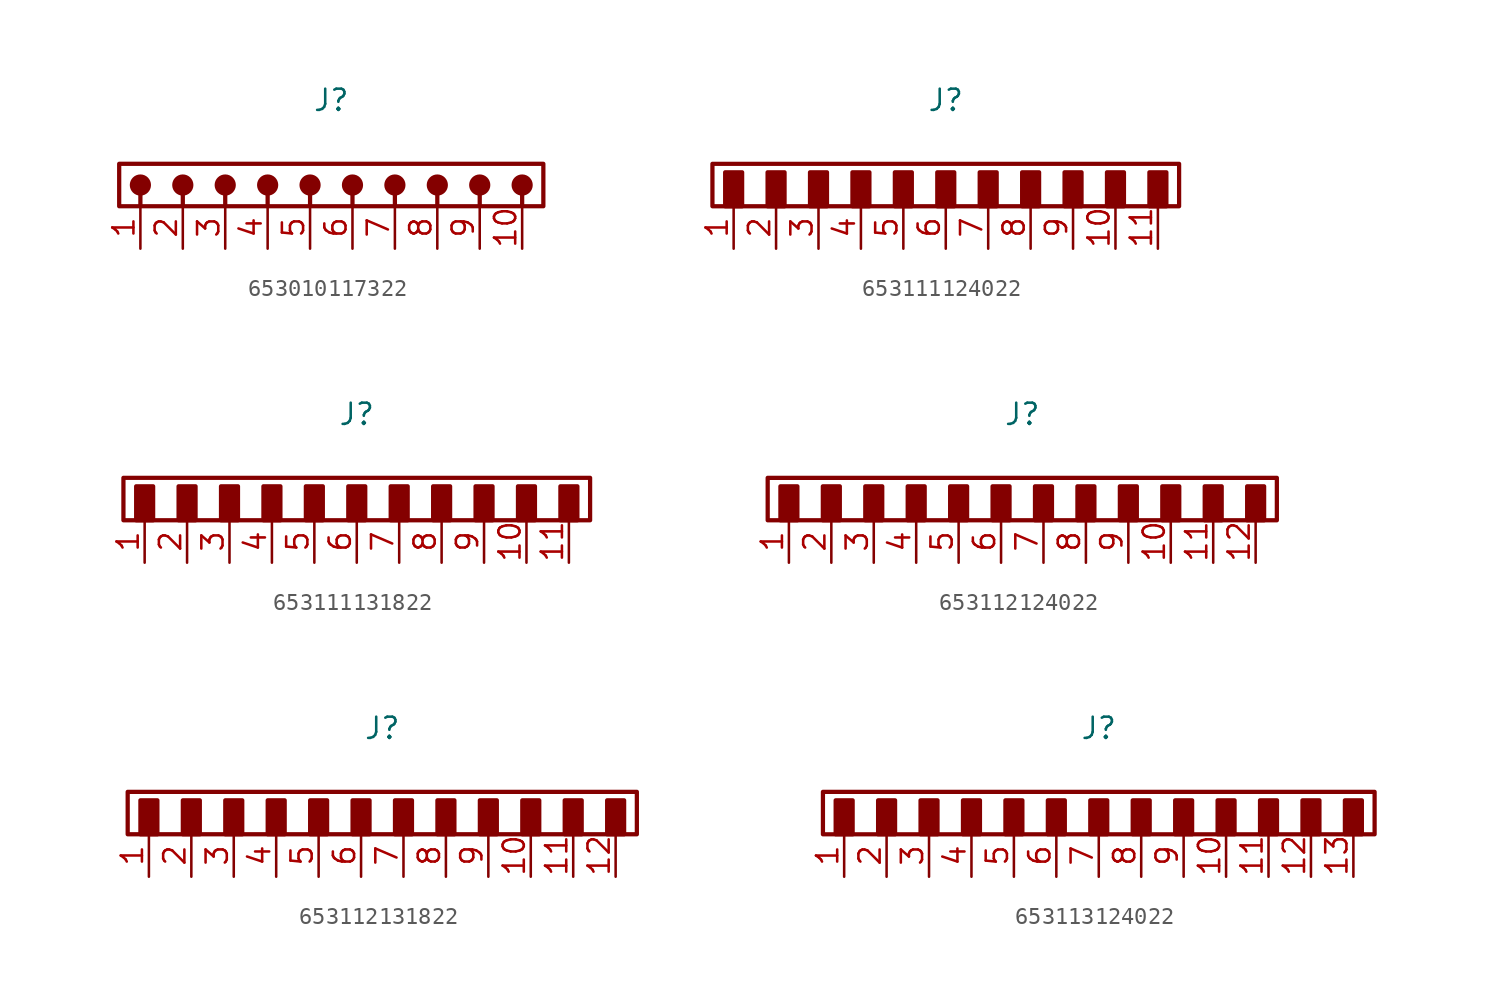
<source format=kicad_sym>
(kicad_symbol_lib
  (version 20241209)
  (generator "kicad_symbol_editor")
  (generator_version "9.0")
  (symbol "653010117322"
    (pin_names
      (hide yes))
    (property "Reference" "J"
      (at 0 5.08 0)
      (effects (font (size 1.27 1.27))))
    (symbol "653010117322_1_1"
      (rectangle (start -12.7 1.27) (end 12.7 -1.27) (stroke (width 0.254) (type solid)) (fill (type none)))
      (circle (center -11.43 0) (radius 0.508) (stroke (width 0.254) (type solid)) (fill (type outline)))
      (polyline (pts (xy -11.43 -0.508) (xy -11.43 -1.27)) (stroke (width 0.254) (type solid)) (fill (type none)))
      (circle (center -8.89 0) (radius 0.508) (stroke (width 0.254) (type solid)) (fill (type outline)))
      (polyline (pts (xy -8.89 -0.508) (xy -8.89 -1.27)) (stroke (width 0.254) (type solid)) (fill (type none)))
      (circle (center -6.35 0) (radius 0.508) (stroke (width 0.254) (type solid)) (fill (type outline)))
      (polyline (pts (xy -6.35 -0.508) (xy -6.35 -1.27)) (stroke (width 0.254) (type solid)) (fill (type none)))
      (circle (center -3.81 0) (radius 0.508) (stroke (width 0.254) (type solid)) (fill (type outline)))
      (polyline (pts (xy -3.81 -0.508) (xy -3.81 -1.27)) (stroke (width 0.254) (type solid)) (fill (type none)))
      (circle (center -1.27 0) (radius 0.508) (stroke (width 0.254) (type solid)) (fill (type outline)))
      (polyline (pts (xy -1.27 -0.508) (xy -1.27 -1.27)) (stroke (width 0.254) (type solid)) (fill (type none)))
      (circle (center 1.27 0) (radius 0.508) (stroke (width 0.254) (type solid)) (fill (type outline)))
      (polyline (pts (xy 1.27 -0.508) (xy 1.27 -1.27)) (stroke (width 0.254) (type solid)) (fill (type none)))
      (circle (center 3.81 0) (radius 0.508) (stroke (width 0.254) (type solid)) (fill (type outline)))
      (polyline (pts (xy 3.81 -0.508) (xy 3.81 -1.27)) (stroke (width 0.254) (type solid)) (fill (type none)))
      (circle (center 6.35 0) (radius 0.508) (stroke (width 0.254) (type solid)) (fill (type outline)))
      (polyline (pts (xy 6.35 -0.508) (xy 6.35 -1.27)) (stroke (width 0.254) (type solid)) (fill (type none)))
      (circle (center 8.89 0) (radius 0.508) (stroke (width 0.254) (type solid)) (fill (type outline)))
      (polyline (pts (xy 8.89 -0.508) (xy 8.89 -1.27)) (stroke (width 0.254) (type solid)) (fill (type none)))
      (circle (center 11.43 0) (radius 0.508) (stroke (width 0.254) (type solid)) (fill (type outline)))
      (polyline (pts (xy 11.43 -0.508) (xy 11.43 -1.27)) (stroke (width 0.254) (type solid)) (fill (type none)))
      (pin passive line (at -11.43 -3.81 90) (length 2.54) (name "1" (effects (font (size 1.27 1.27)))) (number "1" (effects (font (size 1.27 1.27)))))
      (pin passive line (at -8.89 -3.81 90) (length 2.54) (name "2" (effects (font (size 1.27 1.27)))) (number "2" (effects (font (size 1.27 1.27)))))
      (pin passive line (at -6.35 -3.81 90) (length 2.54) (name "3" (effects (font (size 1.27 1.27)))) (number "3" (effects (font (size 1.27 1.27)))))
      (pin passive line (at -3.81 -3.81 90) (length 2.54) (name "4" (effects (font (size 1.27 1.27)))) (number "4" (effects (font (size 1.27 1.27)))))
      (pin passive line (at -1.27 -3.81 90) (length 2.54) (name "5" (effects (font (size 1.27 1.27)))) (number "5" (effects (font (size 1.27 1.27)))))
      (pin passive line (at 1.27 -3.81 90) (length 2.54) (name "6" (effects (font (size 1.27 1.27)))) (number "6" (effects (font (size 1.27 1.27)))))
      (pin passive line (at 3.81 -3.81 90) (length 2.54) (name "7" (effects (font (size 1.27 1.27)))) (number "7" (effects (font (size 1.27 1.27)))))
      (pin passive line (at 6.35 -3.81 90) (length 2.54) (name "8" (effects (font (size 1.27 1.27)))) (number "8" (effects (font (size 1.27 1.27)))))
      (pin passive line (at 8.89 -3.81 90) (length 2.54) (name "9" (effects (font (size 1.27 1.27)))) (number "9" (effects (font (size 1.27 1.27)))))
      (pin passive line (at 11.43 -3.81 90) (length 2.54) (name "10" (effects (font (size 1.27 1.27)))) (number "10" (effects (font (size 1.27 1.27)))))))
  (symbol "653111124022"
    (pin_names
      (hide yes))
    (property "Reference" "J"
      (at 0 5.08 0)
      (effects (font (size 1.27 1.27))))
    (symbol "653111124022_1_1"
      (rectangle (start -13.97 1.27) (end 13.97 -1.27) (stroke (width 0.254) (type solid)) (fill (type none)))
      (rectangle (start -12.192 0.762) (end -13.208 -1.27) (stroke (width 0.254) (type solid)) (fill (type outline)))
      (rectangle (start -9.652 0.762) (end -10.668 -1.27) (stroke (width 0.254) (type solid)) (fill (type outline)))
      (rectangle (start -7.112 0.762) (end -8.128 -1.27) (stroke (width 0.254) (type solid)) (fill (type outline)))
      (rectangle (start -4.572 0.762) (end -5.588 -1.27) (stroke (width 0.254) (type solid)) (fill (type outline)))
      (rectangle (start -2.032 0.762) (end -3.048 -1.27) (stroke (width 0.254) (type solid)) (fill (type outline)))
      (rectangle (start 0.508 0.762) (end -0.508 -1.27) (stroke (width 0.254) (type solid)) (fill (type outline)))
      (rectangle (start 3.048 0.762) (end 2.032 -1.27) (stroke (width 0.254) (type solid)) (fill (type outline)))
      (rectangle (start 5.588 0.762) (end 4.572 -1.27) (stroke (width 0.254) (type solid)) (fill (type outline)))
      (rectangle (start 8.128 0.762) (end 7.112 -1.27) (stroke (width 0.254) (type solid)) (fill (type outline)))
      (rectangle (start 10.668 0.762) (end 9.652 -1.27) (stroke (width 0.254) (type solid)) (fill (type outline)))
      (rectangle (start 13.208 0.762) (end 12.192 -1.27) (stroke (width 0.254) (type solid)) (fill (type outline)))
      (pin passive line (at -12.7 -3.81 90) (length 2.54) (name "1" (effects (font (size 1.27 1.27)))) (number "1" (effects (font (size 1.27 1.27)))))
      (pin passive line (at -10.16 -3.81 90) (length 2.54) (name "2" (effects (font (size 1.27 1.27)))) (number "2" (effects (font (size 1.27 1.27)))))
      (pin passive line (at -7.62 -3.81 90) (length 2.54) (name "3" (effects (font (size 1.27 1.27)))) (number "3" (effects (font (size 1.27 1.27)))))
      (pin passive line (at -5.08 -3.81 90) (length 2.54) (name "4" (effects (font (size 1.27 1.27)))) (number "4" (effects (font (size 1.27 1.27)))))
      (pin passive line (at -2.54 -3.81 90) (length 2.54) (name "5" (effects (font (size 1.27 1.27)))) (number "5" (effects (font (size 1.27 1.27)))))
      (pin passive line (at 0 -3.81 90) (length 2.54) (name "6" (effects (font (size 1.27 1.27)))) (number "6" (effects (font (size 1.27 1.27)))))
      (pin passive line (at 2.54 -3.81 90) (length 2.54) (name "7" (effects (font (size 1.27 1.27)))) (number "7" (effects (font (size 1.27 1.27)))))
      (pin passive line (at 5.08 -3.81 90) (length 2.54) (name "8" (effects (font (size 1.27 1.27)))) (number "8" (effects (font (size 1.27 1.27)))))
      (pin passive line (at 7.62 -3.81 90) (length 2.54) (name "9" (effects (font (size 1.27 1.27)))) (number "9" (effects (font (size 1.27 1.27)))))
      (pin passive line (at 10.16 -3.81 90) (length 2.54) (name "10" (effects (font (size 1.27 1.27)))) (number "10" (effects (font (size 1.27 1.27)))))
      (pin passive line (at 12.7 -3.81 90) (length 2.54) (name "11" (effects (font (size 1.27 1.27)))) (number "11" (effects (font (size 1.27 1.27)))))))
  (symbol "653111131822"
    (pin_names
      (hide yes))
    (property "Reference" "J"
      (at 0 5.08 0)
      (effects (font (size 1.27 1.27))))
    (symbol "653111131822_1_1"
      (rectangle (start -13.97 1.27) (end 13.97 -1.27) (stroke (width 0.254) (type solid)) (fill (type none)))
      (rectangle (start -12.192 0.762) (end -13.208 -1.27) (stroke (width 0.254) (type solid)) (fill (type outline)))
      (rectangle (start -9.652 0.762) (end -10.668 -1.27) (stroke (width 0.254) (type solid)) (fill (type outline)))
      (rectangle (start -7.112 0.762) (end -8.128 -1.27) (stroke (width 0.254) (type solid)) (fill (type outline)))
      (rectangle (start -4.572 0.762) (end -5.588 -1.27) (stroke (width 0.254) (type solid)) (fill (type outline)))
      (rectangle (start -2.032 0.762) (end -3.048 -1.27) (stroke (width 0.254) (type solid)) (fill (type outline)))
      (rectangle (start 0.508 0.762) (end -0.508 -1.27) (stroke (width 0.254) (type solid)) (fill (type outline)))
      (rectangle (start 3.048 0.762) (end 2.032 -1.27) (stroke (width 0.254) (type solid)) (fill (type outline)))
      (rectangle (start 5.588 0.762) (end 4.572 -1.27) (stroke (width 0.254) (type solid)) (fill (type outline)))
      (rectangle (start 8.128 0.762) (end 7.112 -1.27) (stroke (width 0.254) (type solid)) (fill (type outline)))
      (rectangle (start 10.668 0.762) (end 9.652 -1.27) (stroke (width 0.254) (type solid)) (fill (type outline)))
      (rectangle (start 13.208 0.762) (end 12.192 -1.27) (stroke (width 0.254) (type solid)) (fill (type outline)))
      (pin passive line (at -12.7 -3.81 90) (length 2.54) (name "1" (effects (font (size 1.27 1.27)))) (number "1" (effects (font (size 1.27 1.27)))))
      (pin passive line (at -10.16 -3.81 90) (length 2.54) (name "2" (effects (font (size 1.27 1.27)))) (number "2" (effects (font (size 1.27 1.27)))))
      (pin passive line (at -7.62 -3.81 90) (length 2.54) (name "3" (effects (font (size 1.27 1.27)))) (number "3" (effects (font (size 1.27 1.27)))))
      (pin passive line (at -5.08 -3.81 90) (length 2.54) (name "4" (effects (font (size 1.27 1.27)))) (number "4" (effects (font (size 1.27 1.27)))))
      (pin passive line (at -2.54 -3.81 90) (length 2.54) (name "5" (effects (font (size 1.27 1.27)))) (number "5" (effects (font (size 1.27 1.27)))))
      (pin passive line (at 0 -3.81 90) (length 2.54) (name "6" (effects (font (size 1.27 1.27)))) (number "6" (effects (font (size 1.27 1.27)))))
      (pin passive line (at 2.54 -3.81 90) (length 2.54) (name "7" (effects (font (size 1.27 1.27)))) (number "7" (effects (font (size 1.27 1.27)))))
      (pin passive line (at 5.08 -3.81 90) (length 2.54) (name "8" (effects (font (size 1.27 1.27)))) (number "8" (effects (font (size 1.27 1.27)))))
      (pin passive line (at 7.62 -3.81 90) (length 2.54) (name "9" (effects (font (size 1.27 1.27)))) (number "9" (effects (font (size 1.27 1.27)))))
      (pin passive line (at 10.16 -3.81 90) (length 2.54) (name "10" (effects (font (size 1.27 1.27)))) (number "10" (effects (font (size 1.27 1.27)))))
      (pin passive line (at 12.7 -3.81 90) (length 2.54) (name "11" (effects (font (size 1.27 1.27)))) (number "11" (effects (font (size 1.27 1.27)))))))
  (symbol "653112124022"
    (pin_names
      (hide yes))
    (property "Reference" "J"
      (at 0 5.08 0)
      (effects (font (size 1.27 1.27))))
    (symbol "653112124022_1_1"
      (rectangle (start -15.24 1.27) (end 15.24 -1.27) (stroke (width 0.254) (type solid)) (fill (type none)))
      (rectangle (start -13.462 0.762) (end -14.478 -1.27) (stroke (width 0.254) (type solid)) (fill (type outline)))
      (rectangle (start -10.922 0.762) (end -11.938 -1.27) (stroke (width 0.254) (type solid)) (fill (type outline)))
      (rectangle (start -8.382 0.762) (end -9.398 -1.27) (stroke (width 0.254) (type solid)) (fill (type outline)))
      (rectangle (start -5.842 0.762) (end -6.858 -1.27) (stroke (width 0.254) (type solid)) (fill (type outline)))
      (rectangle (start -3.302 0.762) (end -4.318 -1.27) (stroke (width 0.254) (type solid)) (fill (type outline)))
      (rectangle (start -0.762 0.762) (end -1.778 -1.27) (stroke (width 0.254) (type solid)) (fill (type outline)))
      (rectangle (start 1.778 0.762) (end 0.762 -1.27) (stroke (width 0.254) (type solid)) (fill (type outline)))
      (rectangle (start 4.318 0.762) (end 3.302 -1.27) (stroke (width 0.254) (type solid)) (fill (type outline)))
      (rectangle (start 6.858 0.762) (end 5.842 -1.27) (stroke (width 0.254) (type solid)) (fill (type outline)))
      (rectangle (start 9.398 0.762) (end 8.382 -1.27) (stroke (width 0.254) (type solid)) (fill (type outline)))
      (rectangle (start 11.938 0.762) (end 10.922 -1.27) (stroke (width 0.254) (type solid)) (fill (type outline)))
      (rectangle (start 14.478 0.762) (end 13.462 -1.27) (stroke (width 0.254) (type solid)) (fill (type outline)))
      (pin passive line (at -13.97 -3.81 90) (length 2.54) (name "1" (effects (font (size 1.27 1.27)))) (number "1" (effects (font (size 1.27 1.27)))))
      (pin passive line (at -11.43 -3.81 90) (length 2.54) (name "2" (effects (font (size 1.27 1.27)))) (number "2" (effects (font (size 1.27 1.27)))))
      (pin passive line (at -8.89 -3.81 90) (length 2.54) (name "3" (effects (font (size 1.27 1.27)))) (number "3" (effects (font (size 1.27 1.27)))))
      (pin passive line (at -6.35 -3.81 90) (length 2.54) (name "4" (effects (font (size 1.27 1.27)))) (number "4" (effects (font (size 1.27 1.27)))))
      (pin passive line (at -3.81 -3.81 90) (length 2.54) (name "5" (effects (font (size 1.27 1.27)))) (number "5" (effects (font (size 1.27 1.27)))))
      (pin passive line (at -1.27 -3.81 90) (length 2.54) (name "6" (effects (font (size 1.27 1.27)))) (number "6" (effects (font (size 1.27 1.27)))))
      (pin passive line (at 1.27 -3.81 90) (length 2.54) (name "7" (effects (font (size 1.27 1.27)))) (number "7" (effects (font (size 1.27 1.27)))))
      (pin passive line (at 3.81 -3.81 90) (length 2.54) (name "8" (effects (font (size 1.27 1.27)))) (number "8" (effects (font (size 1.27 1.27)))))
      (pin passive line (at 6.35 -3.81 90) (length 2.54) (name "9" (effects (font (size 1.27 1.27)))) (number "9" (effects (font (size 1.27 1.27)))))
      (pin passive line (at 8.89 -3.81 90) (length 2.54) (name "10" (effects (font (size 1.27 1.27)))) (number "10" (effects (font (size 1.27 1.27)))))
      (pin passive line (at 11.43 -3.81 90) (length 2.54) (name "11" (effects (font (size 1.27 1.27)))) (number "11" (effects (font (size 1.27 1.27)))))
      (pin passive line (at 13.97 -3.81 90) (length 2.54) (name "12" (effects (font (size 1.27 1.27)))) (number "12" (effects (font (size 1.27 1.27)))))))
  (symbol "653112131822"
    (pin_names
      (hide yes))
    (property "Reference" "J"
      (at 0 5.08 0)
      (effects (font (size 1.27 1.27))))
    (symbol "653112131822_1_1"
      (rectangle (start -15.24 1.27) (end 15.24 -1.27) (stroke (width 0.254) (type solid)) (fill (type none)))
      (rectangle (start -13.462 0.762) (end -14.478 -1.27) (stroke (width 0.254) (type solid)) (fill (type outline)))
      (rectangle (start -10.922 0.762) (end -11.938 -1.27) (stroke (width 0.254) (type solid)) (fill (type outline)))
      (rectangle (start -8.382 0.762) (end -9.398 -1.27) (stroke (width 0.254) (type solid)) (fill (type outline)))
      (rectangle (start -5.842 0.762) (end -6.858 -1.27) (stroke (width 0.254) (type solid)) (fill (type outline)))
      (rectangle (start -3.302 0.762) (end -4.318 -1.27) (stroke (width 0.254) (type solid)) (fill (type outline)))
      (rectangle (start -0.762 0.762) (end -1.778 -1.27) (stroke (width 0.254) (type solid)) (fill (type outline)))
      (rectangle (start 1.778 0.762) (end 0.762 -1.27) (stroke (width 0.254) (type solid)) (fill (type outline)))
      (rectangle (start 4.318 0.762) (end 3.302 -1.27) (stroke (width 0.254) (type solid)) (fill (type outline)))
      (rectangle (start 6.858 0.762) (end 5.842 -1.27) (stroke (width 0.254) (type solid)) (fill (type outline)))
      (rectangle (start 9.398 0.762) (end 8.382 -1.27) (stroke (width 0.254) (type solid)) (fill (type outline)))
      (rectangle (start 11.938 0.762) (end 10.922 -1.27) (stroke (width 0.254) (type solid)) (fill (type outline)))
      (rectangle (start 14.478 0.762) (end 13.462 -1.27) (stroke (width 0.254) (type solid)) (fill (type outline)))
      (pin passive line (at -13.97 -3.81 90) (length 2.54) (name "1" (effects (font (size 1.27 1.27)))) (number "1" (effects (font (size 1.27 1.27)))))
      (pin passive line (at -11.43 -3.81 90) (length 2.54) (name "2" (effects (font (size 1.27 1.27)))) (number "2" (effects (font (size 1.27 1.27)))))
      (pin passive line (at -8.89 -3.81 90) (length 2.54) (name "3" (effects (font (size 1.27 1.27)))) (number "3" (effects (font (size 1.27 1.27)))))
      (pin passive line (at -6.35 -3.81 90) (length 2.54) (name "4" (effects (font (size 1.27 1.27)))) (number "4" (effects (font (size 1.27 1.27)))))
      (pin passive line (at -3.81 -3.81 90) (length 2.54) (name "5" (effects (font (size 1.27 1.27)))) (number "5" (effects (font (size 1.27 1.27)))))
      (pin passive line (at -1.27 -3.81 90) (length 2.54) (name "6" (effects (font (size 1.27 1.27)))) (number "6" (effects (font (size 1.27 1.27)))))
      (pin passive line (at 1.27 -3.81 90) (length 2.54) (name "7" (effects (font (size 1.27 1.27)))) (number "7" (effects (font (size 1.27 1.27)))))
      (pin passive line (at 3.81 -3.81 90) (length 2.54) (name "8" (effects (font (size 1.27 1.27)))) (number "8" (effects (font (size 1.27 1.27)))))
      (pin passive line (at 6.35 -3.81 90) (length 2.54) (name "9" (effects (font (size 1.27 1.27)))) (number "9" (effects (font (size 1.27 1.27)))))
      (pin passive line (at 8.89 -3.81 90) (length 2.54) (name "10" (effects (font (size 1.27 1.27)))) (number "10" (effects (font (size 1.27 1.27)))))
      (pin passive line (at 11.43 -3.81 90) (length 2.54) (name "11" (effects (font (size 1.27 1.27)))) (number "11" (effects (font (size 1.27 1.27)))))
      (pin passive line (at 13.97 -3.81 90) (length 2.54) (name "12" (effects (font (size 1.27 1.27)))) (number "12" (effects (font (size 1.27 1.27)))))))
  (symbol "653113124022"
    (pin_names
      (hide yes))
    (property "Reference" "J"
      (at 0 5.08 0)
      (effects (font (size 1.27 1.27))))
    (symbol "653113124022_1_1"
      (rectangle (start -16.51 1.27) (end 16.51 -1.27) (stroke (width 0.254) (type solid)) (fill (type none)))
      (rectangle (start -14.732 0.762) (end -15.748 -1.27) (stroke (width 0.254) (type solid)) (fill (type outline)))
      (rectangle (start -12.192 0.762) (end -13.208 -1.27) (stroke (width 0.254) (type solid)) (fill (type outline)))
      (rectangle (start -9.652 0.762) (end -10.668 -1.27) (stroke (width 0.254) (type solid)) (fill (type outline)))
      (rectangle (start -7.112 0.762) (end -8.128 -1.27) (stroke (width 0.254) (type solid)) (fill (type outline)))
      (rectangle (start -4.572 0.762) (end -5.588 -1.27) (stroke (width 0.254) (type solid)) (fill (type outline)))
      (rectangle (start -2.032 0.762) (end -3.048 -1.27) (stroke (width 0.254) (type solid)) (fill (type outline)))
      (rectangle (start 0.508 0.762) (end -0.508 -1.27) (stroke (width 0.254) (type solid)) (fill (type outline)))
      (rectangle (start 3.048 0.762) (end 2.032 -1.27) (stroke (width 0.254) (type solid)) (fill (type outline)))
      (rectangle (start 5.588 0.762) (end 4.572 -1.27) (stroke (width 0.254) (type solid)) (fill (type outline)))
      (rectangle (start 8.128 0.762) (end 7.112 -1.27) (stroke (width 0.254) (type solid)) (fill (type outline)))
      (rectangle (start 10.668 0.762) (end 9.652 -1.27) (stroke (width 0.254) (type solid)) (fill (type outline)))
      (rectangle (start 13.208 0.762) (end 12.192 -1.27) (stroke (width 0.254) (type solid)) (fill (type outline)))
      (rectangle (start 15.748 0.762) (end 14.732 -1.27) (stroke (width 0.254) (type solid)) (fill (type outline)))
      (pin passive line (at -15.24 -3.81 90) (length 2.54) (name "1" (effects (font (size 1.27 1.27)))) (number "1" (effects (font (size 1.27 1.27)))))
      (pin passive line (at -12.7 -3.81 90) (length 2.54) (name "2" (effects (font (size 1.27 1.27)))) (number "2" (effects (font (size 1.27 1.27)))))
      (pin passive line (at -10.16 -3.81 90) (length 2.54) (name "3" (effects (font (size 1.27 1.27)))) (number "3" (effects (font (size 1.27 1.27)))))
      (pin passive line (at -7.62 -3.81 90) (length 2.54) (name "4" (effects (font (size 1.27 1.27)))) (number "4" (effects (font (size 1.27 1.27)))))
      (pin passive line (at -5.08 -3.81 90) (length 2.54) (name "5" (effects (font (size 1.27 1.27)))) (number "5" (effects (font (size 1.27 1.27)))))
      (pin passive line (at -2.54 -3.81 90) (length 2.54) (name "6" (effects (font (size 1.27 1.27)))) (number "6" (effects (font (size 1.27 1.27)))))
      (pin passive line (at 0 -3.81 90) (length 2.54) (name "7" (effects (font (size 1.27 1.27)))) (number "7" (effects (font (size 1.27 1.27)))))
      (pin passive line (at 2.54 -3.81 90) (length 2.54) (name "8" (effects (font (size 1.27 1.27)))) (number "8" (effects (font (size 1.27 1.27)))))
      (pin passive line (at 5.08 -3.81 90) (length 2.54) (name "9" (effects (font (size 1.27 1.27)))) (number "9" (effects (font (size 1.27 1.27)))))
      (pin passive line (at 7.62 -3.81 90) (length 2.54) (name "10" (effects (font (size 1.27 1.27)))) (number "10" (effects (font (size 1.27 1.27)))))
      (pin passive line (at 10.16 -3.81 90) (length 2.54) (name "11" (effects (font (size 1.27 1.27)))) (number "11" (effects (font (size 1.27 1.27)))))
      (pin passive line (at 12.7 -3.81 90) (length 2.54) (name "12" (effects (font (size 1.27 1.27)))) (number "12" (effects (font (size 1.27 1.27)))))
      (pin passive line (at 15.24 -3.81 90) (length 2.54) (name "13" (effects (font (size 1.27 1.27)))) (number "13" (effects (font (size 1.27 1.27))))))))
</source>
